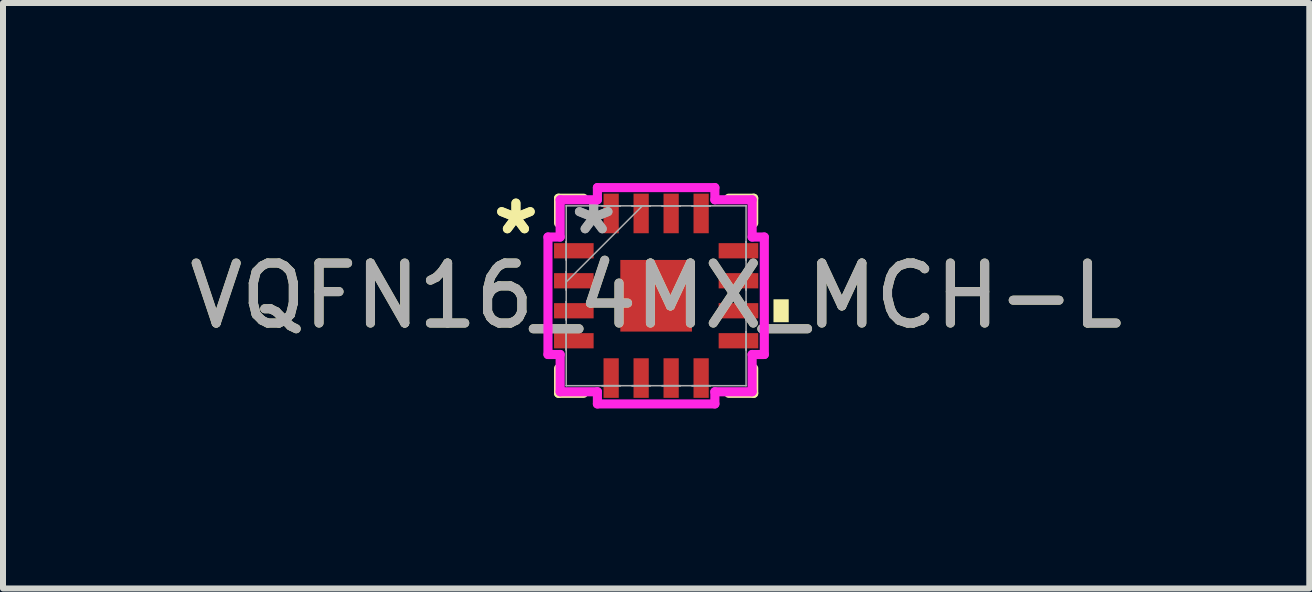
<source format=kicad_pcb>
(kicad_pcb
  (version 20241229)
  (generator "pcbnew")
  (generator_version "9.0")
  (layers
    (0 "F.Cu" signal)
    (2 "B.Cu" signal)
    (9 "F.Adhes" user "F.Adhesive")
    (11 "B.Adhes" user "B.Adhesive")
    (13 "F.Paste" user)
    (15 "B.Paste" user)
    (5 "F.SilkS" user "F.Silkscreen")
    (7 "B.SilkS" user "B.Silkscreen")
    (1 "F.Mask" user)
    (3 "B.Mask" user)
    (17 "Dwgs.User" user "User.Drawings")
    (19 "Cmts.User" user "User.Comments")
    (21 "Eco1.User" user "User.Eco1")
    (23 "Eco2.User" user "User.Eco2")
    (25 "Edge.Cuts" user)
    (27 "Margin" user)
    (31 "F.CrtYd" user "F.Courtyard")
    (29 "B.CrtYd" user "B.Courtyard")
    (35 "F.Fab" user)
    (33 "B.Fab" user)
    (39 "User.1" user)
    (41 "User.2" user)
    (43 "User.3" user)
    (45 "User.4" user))
  (footprint "VQFN16_4MX_MCH-L"
    (layer "F.Cu")
    (at 7.887 1.88)
    (property "Reference" "VQFN16_4MX_MCH-L" (at 0 0 0) (unlocked yes) (layer "F.SilkS") (effects (font (size 1 1) (thickness 0.15))))
    (attr smd)
    (fp_line (start -1.626 -1.626) (end -1.626 -1.21) (stroke (width 0.152) (type solid)) (layer "F.SilkS"))
    (fp_line (start -1.626 1.21) (end -1.626 1.626) (stroke (width 0.152) (type solid)) (layer "F.SilkS"))
    (fp_line (start -1.626 1.626) (end -1.21 1.626) (stroke (width 0.152) (type solid)) (layer "F.SilkS"))
    (fp_line (start -1.21 -1.626) (end -1.626 -1.626) (stroke (width 0.152) (type solid)) (layer "F.SilkS"))
    (fp_line (start 1.21 1.626) (end 1.626 1.626) (stroke (width 0.152) (type solid)) (layer "F.SilkS"))
    (fp_line (start 1.626 -1.626) (end 1.21 -1.626) (stroke (width 0.152) (type solid)) (layer "F.SilkS"))
    (fp_line (start 1.626 -1.21) (end 1.626 -1.626) (stroke (width 0.152) (type solid)) (layer "F.SilkS"))
    (fp_line (start 1.626 1.626) (end 1.626 1.21) (stroke (width 0.152) (type solid)) (layer "F.SilkS"))
    (fp_poly (pts (xy 2.21 0.059) (xy 2.21 0.441) (xy 1.956 0.441) (xy 1.956 0.059)) (stroke (width 0) (type solid)) (fill yes) (layer "F.SilkS"))
    (fp_line (start -1.803 -0.979) (end -1.6 -0.979) (stroke (width 0.152) (type solid)) (layer "F.CrtYd"))
    (fp_line (start -1.803 0.979) (end -1.803 -0.979) (stroke (width 0.152) (type solid)) (layer "F.CrtYd"))
    (fp_line (start -1.6 -1.6) (end -0.979 -1.6) (stroke (width 0.152) (type solid)) (layer "F.CrtYd"))
    (fp_line (start -1.6 -0.979) (end -1.6 -1.6) (stroke (width 0.152) (type solid)) (layer "F.CrtYd"))
    (fp_line (start -1.6 0.979) (end -1.803 0.979) (stroke (width 0.152) (type solid)) (layer "F.CrtYd"))
    (fp_line (start -1.6 1.6) (end -1.6 0.979) (stroke (width 0.152) (type solid)) (layer "F.CrtYd"))
    (fp_line (start -0.979 -1.803) (end 0.979 -1.803) (stroke (width 0.152) (type solid)) (layer "F.CrtYd"))
    (fp_line (start -0.979 -1.6) (end -0.979 -1.803) (stroke (width 0.152) (type solid)) (layer "F.CrtYd"))
    (fp_line (start -0.979 1.6) (end -1.6 1.6) (stroke (width 0.152) (type solid)) (layer "F.CrtYd"))
    (fp_line (start -0.979 1.803) (end -0.979 1.6) (stroke (width 0.152) (type solid)) (layer "F.CrtYd"))
    (fp_line (start 0.979 -1.803) (end 0.979 -1.6) (stroke (width 0.152) (type solid)) (layer "F.CrtYd"))
    (fp_line (start 0.979 -1.6) (end 1.6 -1.6) (stroke (width 0.152) (type solid)) (layer "F.CrtYd"))
    (fp_line (start 0.979 1.6) (end 0.979 1.803) (stroke (width 0.152) (type solid)) (layer "F.CrtYd"))
    (fp_line (start 0.979 1.803) (end -0.979 1.803) (stroke (width 0.152) (type solid)) (layer "F.CrtYd"))
    (fp_line (start 1.6 -1.6) (end 1.6 -0.979) (stroke (width 0.152) (type solid)) (layer "F.CrtYd"))
    (fp_line (start 1.6 -0.979) (end 1.803 -0.979) (stroke (width 0.152) (type solid)) (layer "F.CrtYd"))
    (fp_line (start 1.6 0.979) (end 1.6 1.6) (stroke (width 0.152) (type solid)) (layer "F.CrtYd"))
    (fp_line (start 1.6 1.6) (end 0.979 1.6) (stroke (width 0.152) (type solid)) (layer "F.CrtYd"))
    (fp_line (start 1.803 -0.979) (end 1.803 0.979) (stroke (width 0.152) (type solid)) (layer "F.CrtYd"))
    (fp_line (start 1.803 0.979) (end 1.6 0.979) (stroke (width 0.152) (type solid)) (layer "F.CrtYd"))
    (fp_line (start -1.499 -1.499) (end -1.499 -1.499) (stroke (width 0.025) (type solid)) (layer "F.Fab"))
    (fp_line (start -1.499 -1.499) (end -1.499 1.499) (stroke (width 0.025) (type solid)) (layer "F.Fab"))
    (fp_line (start -1.499 -0.902) (end -1.499 -0.902) (stroke (width 0.025) (type solid)) (layer "F.Fab"))
    (fp_line (start -1.499 -0.902) (end -1.499 -0.598) (stroke (width 0.025) (type solid)) (layer "F.Fab"))
    (fp_line (start -1.499 -0.598) (end -1.499 -0.902) (stroke (width 0.025) (type solid)) (layer "F.Fab"))
    (fp_line (start -1.499 -0.598) (end -1.499 -0.598) (stroke (width 0.025) (type solid)) (layer "F.Fab"))
    (fp_line (start -1.499 -0.402) (end -1.499 -0.402) (stroke (width 0.025) (type solid)) (layer "F.Fab"))
    (fp_line (start -1.499 -0.402) (end -1.499 -0.098) (stroke (width 0.025) (type solid)) (layer "F.Fab"))
    (fp_line (start -1.499 -0.229) (end -0.229 -1.499) (stroke (width 0.025) (type solid)) (layer "F.Fab"))
    (fp_line (start -1.499 -0.098) (end -1.499 -0.402) (stroke (width 0.025) (type solid)) (layer "F.Fab"))
    (fp_line (start -1.499 -0.098) (end -1.499 -0.098) (stroke (width 0.025) (type solid)) (layer "F.Fab"))
    (fp_line (start -1.499 0.098) (end -1.499 0.098) (stroke (width 0.025) (type solid)) (layer "F.Fab"))
    (fp_line (start -1.499 0.098) (end -1.499 0.402) (stroke (width 0.025) (type solid)) (layer "F.Fab"))
    (fp_line (start -1.499 0.402) (end -1.499 0.098) (stroke (width 0.025) (type solid)) (layer "F.Fab"))
    (fp_line (start -1.499 0.402) (end -1.499 0.402) (stroke (width 0.025) (type solid)) (layer "F.Fab"))
    (fp_line (start -1.499 0.598) (end -1.499 0.598) (stroke (width 0.025) (type solid)) (layer "F.Fab"))
    (fp_line (start -1.499 0.598) (end -1.499 0.902) (stroke (width 0.025) (type solid)) (layer "F.Fab"))
    (fp_line (start -1.499 0.902) (end -1.499 0.598) (stroke (width 0.025) (type solid)) (layer "F.Fab"))
    (fp_line (start -1.499 0.902) (end -1.499 0.902) (stroke (width 0.025) (type solid)) (layer "F.Fab"))
    (fp_line (start -1.499 1.499) (end -1.499 1.499) (stroke (width 0.025) (type solid)) (layer "F.Fab"))
    (fp_line (start -1.499 1.499) (end 1.499 1.499) (stroke (width 0.025) (type solid)) (layer "F.Fab"))
    (fp_line (start -0.902 -1.499) (end -0.902 -1.499) (stroke (width 0.025) (type solid)) (layer "F.Fab"))
    (fp_line (start -0.902 -1.499) (end -0.598 -1.499) (stroke (width 0.025) (type solid)) (layer "F.Fab"))
    (fp_line (start -0.902 1.499) (end -0.902 1.499) (stroke (width 0.025) (type solid)) (layer "F.Fab"))
    (fp_line (start -0.902 1.499) (end -0.598 1.499) (stroke (width 0.025) (type solid)) (layer "F.Fab"))
    (fp_line (start -0.598 -1.499) (end -0.902 -1.499) (stroke (width 0.025) (type solid)) (layer "F.Fab"))
    (fp_line (start -0.598 -1.499) (end -0.598 -1.499) (stroke (width 0.025) (type solid)) (layer "F.Fab"))
    (fp_line (start -0.598 1.499) (end -0.902 1.499) (stroke (width 0.025) (type solid)) (layer "F.Fab"))
    (fp_line (start -0.598 1.499) (end -0.598 1.499) (stroke (width 0.025) (type solid)) (layer "F.Fab"))
    (fp_line (start -0.402 -1.499) (end -0.402 -1.499) (stroke (width 0.025) (type solid)) (layer "F.Fab"))
    (fp_line (start -0.402 -1.499) (end -0.098 -1.499) (stroke (width 0.025) (type solid)) (layer "F.Fab"))
    (fp_line (start -0.402 1.499) (end -0.402 1.499) (stroke (width 0.025) (type solid)) (layer "F.Fab"))
    (fp_line (start -0.402 1.499) (end -0.098 1.499) (stroke (width 0.025) (type solid)) (layer "F.Fab"))
    (fp_line (start -0.098 -1.499) (end -0.402 -1.499) (stroke (width 0.025) (type solid)) (layer "F.Fab"))
    (fp_line (start -0.098 -1.499) (end -0.098 -1.499) (stroke (width 0.025) (type solid)) (layer "F.Fab"))
    (fp_line (start -0.098 1.499) (end -0.402 1.499) (stroke (width 0.025) (type solid)) (layer "F.Fab"))
    (fp_line (start -0.098 1.499) (end -0.098 1.499) (stroke (width 0.025) (type solid)) (layer "F.Fab"))
    (fp_line (start 0.098 -1.499) (end 0.098 -1.499) (stroke (width 0.025) (type solid)) (layer "F.Fab"))
    (fp_line (start 0.098 -1.499) (end 0.402 -1.499) (stroke (width 0.025) (type solid)) (layer "F.Fab"))
    (fp_line (start 0.098 1.499) (end 0.098 1.499) (stroke (width 0.025) (type solid)) (layer "F.Fab"))
    (fp_line (start 0.098 1.499) (end 0.402 1.499) (stroke (width 0.025) (type solid)) (layer "F.Fab"))
    (fp_line (start 0.402 -1.499) (end 0.098 -1.499) (stroke (width 0.025) (type solid)) (layer "F.Fab"))
    (fp_line (start 0.402 -1.499) (end 0.402 -1.499) (stroke (width 0.025) (type solid)) (layer "F.Fab"))
    (fp_line (start 0.402 1.499) (end 0.098 1.499) (stroke (width 0.025) (type solid)) (layer "F.Fab"))
    (fp_line (start 0.402 1.499) (end 0.402 1.499) (stroke (width 0.025) (type solid)) (layer "F.Fab"))
    (fp_line (start 0.598 -1.499) (end 0.598 -1.499) (stroke (width 0.025) (type solid)) (layer "F.Fab"))
    (fp_line (start 0.598 -1.499) (end 0.902 -1.499) (stroke (width 0.025) (type solid)) (layer "F.Fab"))
    (fp_line (start 0.598 1.499) (end 0.598 1.499) (stroke (width 0.025) (type solid)) (layer "F.Fab"))
    (fp_line (start 0.598 1.499) (end 0.902 1.499) (stroke (width 0.025) (type solid)) (layer "F.Fab"))
    (fp_line (start 0.902 -1.499) (end 0.598 -1.499) (stroke (width 0.025) (type solid)) (layer "F.Fab"))
    (fp_line (start 0.902 -1.499) (end 0.902 -1.499) (stroke (width 0.025) (type solid)) (layer "F.Fab"))
    (fp_line (start 0.902 1.499) (end 0.598 1.499) (stroke (width 0.025) (type solid)) (layer "F.Fab"))
    (fp_line (start 0.902 1.499) (end 0.902 1.499) (stroke (width 0.025) (type solid)) (layer "F.Fab"))
    (fp_line (start 1.499 -1.499) (end -1.499 -1.499) (stroke (width 0.025) (type solid)) (layer "F.Fab"))
    (fp_line (start 1.499 -1.499) (end 1.499 -1.499) (stroke (width 0.025) (type solid)) (layer "F.Fab"))
    (fp_line (start 1.499 -0.902) (end 1.499 -0.902) (stroke (width 0.025) (type solid)) (layer "F.Fab"))
    (fp_line (start 1.499 -0.902) (end 1.499 -0.598) (stroke (width 0.025) (type solid)) (layer "F.Fab"))
    (fp_line (start 1.499 -0.598) (end 1.499 -0.902) (stroke (width 0.025) (type solid)) (layer "F.Fab"))
    (fp_line (start 1.499 -0.598) (end 1.499 -0.598) (stroke (width 0.025) (type solid)) (layer "F.Fab"))
    (fp_line (start 1.499 -0.402) (end 1.499 -0.402) (stroke (width 0.025) (type solid)) (layer "F.Fab"))
    (fp_line (start 1.499 -0.402) (end 1.499 -0.098) (stroke (width 0.025) (type solid)) (layer "F.Fab"))
    (fp_line (start 1.499 -0.098) (end 1.499 -0.402) (stroke (width 0.025) (type solid)) (layer "F.Fab"))
    (fp_line (start 1.499 -0.098) (end 1.499 -0.098) (stroke (width 0.025) (type solid)) (layer "F.Fab"))
    (fp_line (start 1.499 0.098) (end 1.499 0.098) (stroke (width 0.025) (type solid)) (layer "F.Fab"))
    (fp_line (start 1.499 0.098) (end 1.499 0.402) (stroke (width 0.025) (type solid)) (layer "F.Fab"))
    (fp_line (start 1.499 0.402) (end 1.499 0.098) (stroke (width 0.025) (type solid)) (layer "F.Fab"))
    (fp_line (start 1.499 0.402) (end 1.499 0.402) (stroke (width 0.025) (type solid)) (layer "F.Fab"))
    (fp_line (start 1.499 0.598) (end 1.499 0.598) (stroke (width 0.025) (type solid)) (layer "F.Fab"))
    (fp_line (start 1.499 0.598) (end 1.499 0.902) (stroke (width 0.025) (type solid)) (layer "F.Fab"))
    (fp_line (start 1.499 0.902) (end 1.499 0.598) (stroke (width 0.025) (type solid)) (layer "F.Fab"))
    (fp_line (start 1.499 0.902) (end 1.499 0.902) (stroke (width 0.025) (type solid)) (layer "F.Fab"))
    (fp_line (start 1.499 1.499) (end 1.499 -1.499) (stroke (width 0.025) (type solid)) (layer "F.Fab"))
    (fp_line (start 1.499 1.499) (end 1.499 1.499) (stroke (width 0.025) (type solid)) (layer "F.Fab"))
    (fp_text user "*" (at -2.337 -1 0) (layer "F.SilkS") (effects (font (size 1 1) (thickness 0.15))))
    (fp_text user "*" (at -2.337 -1 0) (unlocked yes) (layer "F.SilkS") (effects (font (size 1 1) (thickness 0.15))))
    (fp_text user "*" (at -1.041 -1 0) (layer "F.Fab") (effects (font (size 1 1) (thickness 0.15))))
    (fp_text user "*" (at -1.041 -1 0) (unlocked yes) (layer "F.Fab") (effects (font (size 1 1) (thickness 0.15))))
    (fp_text user "${REFERENCE}" (at 0 0 0) (unlocked yes) (layer "F.Fab") (effects (font (size 1 1) (thickness 0.15))))
    (pad "1" smd rect (at -1.372 -0.75 90) (size 0.254 0.66) (layers "F.Cu" "F.Mask" "F.Paste"))
    (pad "2" smd rect (at -1.372 -0.25 90) (size 0.254 0.66) (layers "F.Cu" "F.Mask" "F.Paste"))
    (pad "3" smd rect (at -1.372 0.25 90) (size 0.254 0.66) (layers "F.Cu" "F.Mask" "F.Paste"))
    (pad "4" smd rect (at -1.372 0.75 90) (size 0.254 0.66) (layers "F.Cu" "F.Mask" "F.Paste"))
    (pad "5" smd rect (at -0.75 1.372) (size 0.254 0.66) (layers "F.Cu" "F.Mask" "F.Paste"))
    (pad "6" smd rect (at -0.25 1.372) (size 0.254 0.66) (layers "F.Cu" "F.Mask" "F.Paste"))
    (pad "7" smd rect (at 0.25 1.372) (size 0.254 0.66) (layers "F.Cu" "F.Mask" "F.Paste"))
    (pad "8" smd rect (at 0.75 1.372) (size 0.254 0.66) (layers "F.Cu" "F.Mask" "F.Paste"))
    (pad "9" smd rect (at 1.372 0.75 90) (size 0.254 0.66) (layers "F.Cu" "F.Mask" "F.Paste"))
    (pad "10" smd rect (at 1.372 0.25 90) (size 0.254 0.66) (layers "F.Cu" "F.Mask" "F.Paste"))
    (pad "11" smd rect (at 1.372 -0.25 90) (size 0.254 0.66) (layers "F.Cu" "F.Mask" "F.Paste"))
    (pad "12" smd rect (at 1.372 -0.75 90) (size 0.254 0.66) (layers "F.Cu" "F.Mask" "F.Paste"))
    (pad "13" smd rect (at 0.75 -1.372) (size 0.254 0.66) (layers "F.Cu" "F.Mask" "F.Paste"))
    (pad "14" smd rect (at 0.25 -1.372) (size 0.254 0.66) (layers "F.Cu" "F.Mask" "F.Paste"))
    (pad "15" smd rect (at -0.25 -1.372) (size 0.254 0.66) (layers "F.Cu" "F.Mask" "F.Paste"))
    (pad "16" smd rect (at -0.75 -1.372) (size 0.254 0.66) (layers "F.Cu" "F.Mask" "F.Paste"))
    (pad "17" smd rect (at 0 0) (size 1.194 1.194) (layers "F.Cu" "F.Mask" "F.Paste")))
  (gr_rect
    (start -3 -3)
    (end 18.774 6.759)
    (stroke (width 0.1) (type default))
    (fill no)
    (layer "Edge.Cuts")))
</source>
